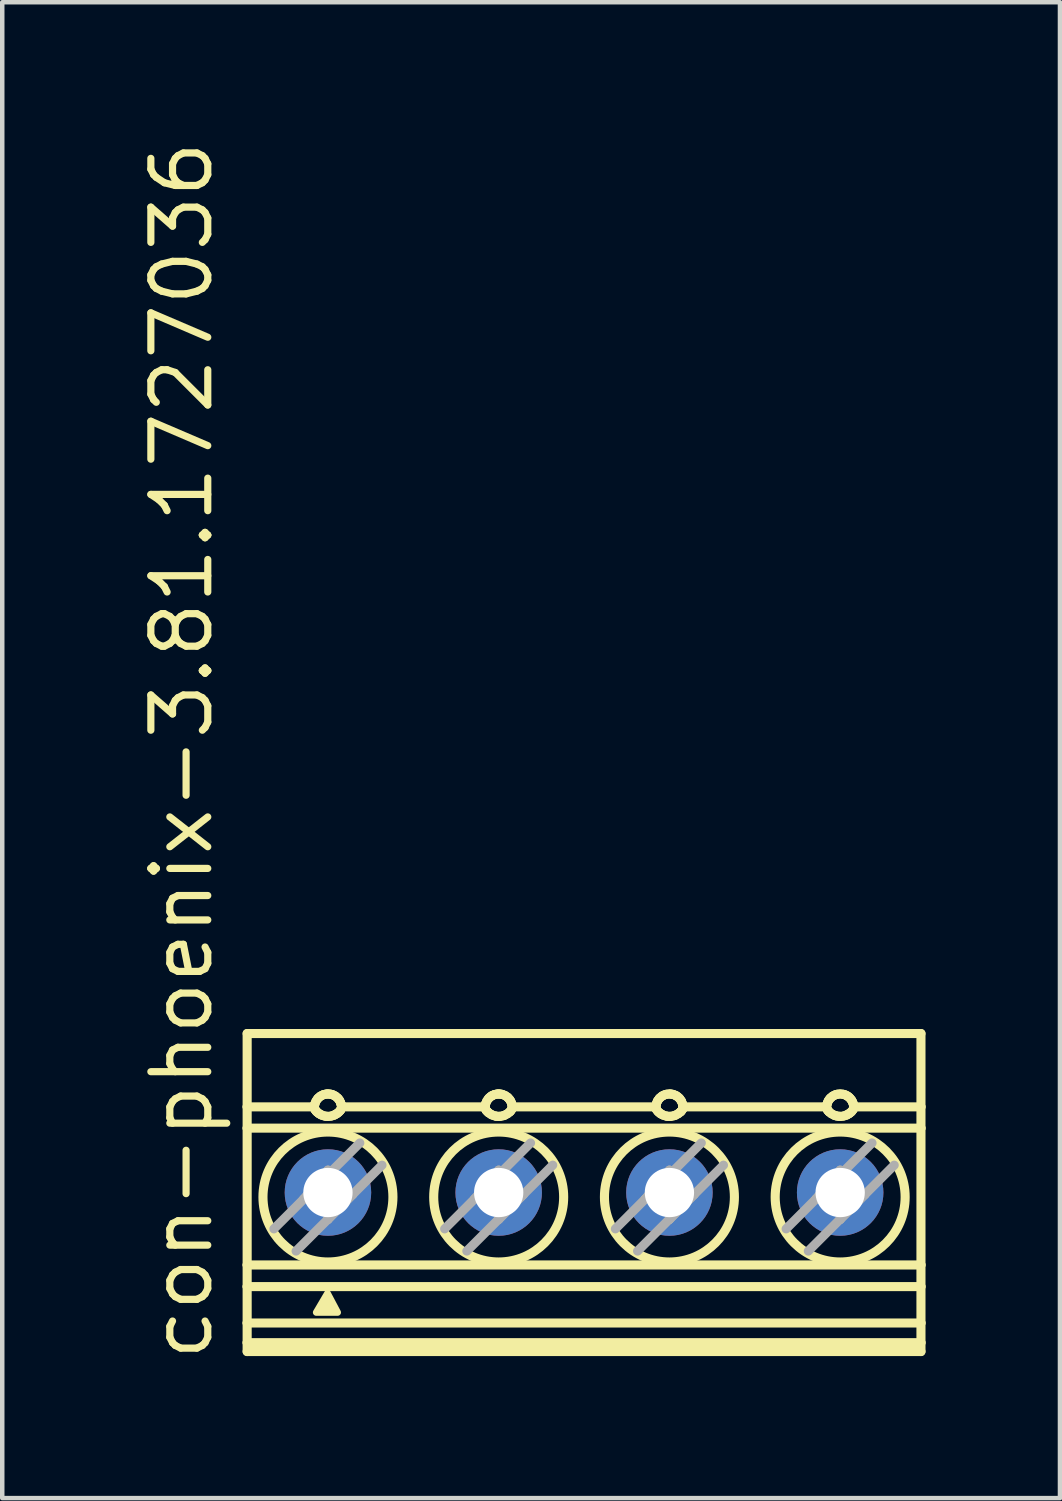
<source format=kicad_pcb>
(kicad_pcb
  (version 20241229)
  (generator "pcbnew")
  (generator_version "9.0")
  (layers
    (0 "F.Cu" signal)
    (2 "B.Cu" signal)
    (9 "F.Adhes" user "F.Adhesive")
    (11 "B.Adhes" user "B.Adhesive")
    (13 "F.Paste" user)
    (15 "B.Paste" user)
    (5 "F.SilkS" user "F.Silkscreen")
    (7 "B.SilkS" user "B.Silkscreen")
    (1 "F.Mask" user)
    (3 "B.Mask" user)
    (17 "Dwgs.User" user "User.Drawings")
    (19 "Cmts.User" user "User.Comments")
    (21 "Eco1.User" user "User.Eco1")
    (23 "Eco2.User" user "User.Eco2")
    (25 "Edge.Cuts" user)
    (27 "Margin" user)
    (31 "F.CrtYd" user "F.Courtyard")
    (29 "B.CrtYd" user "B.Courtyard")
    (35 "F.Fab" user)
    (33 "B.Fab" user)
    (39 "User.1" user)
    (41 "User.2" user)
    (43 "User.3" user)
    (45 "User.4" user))
  (footprint "con-phoenix-3.81.1727036"
    (layer "F.Cu")
    (at 9.983 23.561)
    (property "Reference" "con-phoenix-3.81.1727036" (at -8.233 3.819 90) (layer "F.SilkS") (effects (font (size 1.27 1.27) (thickness 0.16)) (justify left bottom)))
    (attr through_hole)
    (fp_line (start -7.518 -3.548) (end -7.518 -1.912) (stroke (width 0.203) (type default)) (layer "F.SilkS"))
    (fp_line (start -7.518 -3.548) (end 7.518 -3.548) (stroke (width 0.203) (type default)) (layer "F.SilkS"))
    (fp_line (start -7.518 -1.912) (end -7.518 -1.437) (stroke (width 0.203) (type default)) (layer "F.SilkS"))
    (fp_line (start -7.518 -1.912) (end -6.017 -1.912) (stroke (width 0.203) (type default)) (layer "F.SilkS"))
    (fp_line (start -7.518 -1.437) (end -7.518 1.616) (stroke (width 0.203) (type default)) (layer "F.SilkS"))
    (fp_line (start -7.518 1.616) (end -7.518 2.099) (stroke (width 0.203) (type default)) (layer "F.SilkS"))
    (fp_line (start -7.518 1.616) (end 7.518 1.616) (stroke (width 0.203) (type default)) (layer "F.SilkS"))
    (fp_line (start -7.518 2.099) (end -7.518 2.911) (stroke (width 0.203) (type default)) (layer "F.SilkS"))
    (fp_line (start -7.518 2.911) (end -7.518 3.35) (stroke (width 0.203) (type default)) (layer "F.SilkS"))
    (fp_line (start -7.518 2.911) (end 7.518 2.911) (stroke (width 0.203) (type default)) (layer "F.SilkS"))
    (fp_line (start -7.518 3.35) (end -7.518 3.548) (stroke (width 0.203) (type default)) (layer "F.SilkS"))
    (fp_line (start -7.518 3.35) (end 7.518 3.35) (stroke (width 0.203) (type default)) (layer "F.SilkS"))
    (fp_line (start -7.518 3.548) (end 7.518 3.548) (stroke (width 0.203) (type default)) (layer "F.SilkS"))
    (fp_line (start -6.01 -1.964) (end -6.004 -1.986) (stroke (width 0.203) (type default)) (layer "F.SilkS"))
    (fp_line (start -6.006 -1.857) (end -6.013 -1.872) (stroke (width 0.203) (type default)) (layer "F.SilkS"))
    (fp_line (start -5.999 -1.845) (end -6.006 -1.857) (stroke (width 0.203) (type default)) (layer "F.SilkS"))
    (fp_line (start -5.971 -1.81) (end -5.981 -1.821) (stroke (width 0.203) (type default)) (layer "F.SilkS"))
    (fp_line (start -5.958 -1.796) (end -5.971 -1.81) (stroke (width 0.203) (type default)) (layer "F.SilkS"))
    (fp_line (start -5.948 -2.09) (end -5.928 -2.112) (stroke (width 0.203) (type default)) (layer "F.SilkS"))
    (fp_line (start -5.91 -1.759) (end -5.929 -1.772) (stroke (width 0.203) (type default)) (layer "F.SilkS"))
    (fp_line (start -5.89 -2.144) (end -5.87 -2.157) (stroke (width 0.203) (type default)) (layer "F.SilkS"))
    (fp_line (start -5.853 -1.728) (end -5.875 -1.738) (stroke (width 0.203) (type default)) (layer "F.SilkS"))
    (fp_line (start -5.826 -2.179) (end -5.803 -2.187) (stroke (width 0.203) (type default)) (layer "F.SilkS"))
    (fp_line (start -5.751 -1.701) (end -5.786 -1.707) (stroke (width 0.203) (type default)) (layer "F.SilkS"))
    (fp_line (start -5.729 -2.2) (end -5.715 -2.2) (stroke (width 0.203) (type default)) (layer "F.SilkS"))
    (fp_line (start -5.715 -1.699) (end -5.751 -1.701) (stroke (width 0.203) (type default)) (layer "F.SilkS"))
    (fp_line (start -5.641 -2.191) (end -5.627 -2.187) (stroke (width 0.203) (type default)) (layer "F.SilkS"))
    (fp_line (start -5.561 -1.736) (end -5.577 -1.728) (stroke (width 0.203) (type default)) (layer "F.SilkS"))
    (fp_line (start -5.56 -2.157) (end -5.54 -2.144) (stroke (width 0.203) (type default)) (layer "F.SilkS"))
    (fp_line (start -5.502 -2.112) (end -5.491 -2.101) (stroke (width 0.203) (type default)) (layer "F.SilkS"))
    (fp_line (start -5.495 -1.777) (end -5.52 -1.759) (stroke (width 0.203) (type default)) (layer "F.SilkS"))
    (fp_line (start -5.472 -1.796) (end -5.495 -1.777) (stroke (width 0.203) (type default)) (layer "F.SilkS"))
    (fp_line (start -5.468 -2.072) (end -5.456 -2.054) (stroke (width 0.203) (type default)) (layer "F.SilkS"))
    (fp_line (start -5.439 -1.833) (end -5.449 -1.821) (stroke (width 0.203) (type default)) (layer "F.SilkS"))
    (fp_line (start -5.431 -1.845) (end -5.439 -1.833) (stroke (width 0.203) (type default)) (layer "F.SilkS"))
    (fp_line (start -5.426 -1.986) (end -5.422 -1.972) (stroke (width 0.203) (type default)) (layer "F.SilkS"))
    (fp_line (start -5.417 -1.872) (end -5.42 -1.865) (stroke (width 0.203) (type default)) (layer "F.SilkS"))
    (fp_line (start -5.413 -1.912) (end -2.207 -1.912) (stroke (width 0.203) (type default)) (layer "F.SilkS"))
    (fp_line (start -2.205 -1.88) (end -2.207 -1.895) (stroke (width 0.203) (type default)) (layer "F.SilkS"))
    (fp_line (start -2.198 -1.972) (end -2.194 -1.986) (stroke (width 0.203) (type default)) (layer "F.SilkS"))
    (fp_line (start -2.182 -1.834) (end -2.189 -1.845) (stroke (width 0.203) (type default)) (layer "F.SilkS"))
    (fp_line (start -2.171 -1.821) (end -2.182 -1.834) (stroke (width 0.203) (type default)) (layer "F.SilkS"))
    (fp_line (start -2.138 -2.09) (end -2.118 -2.112) (stroke (width 0.203) (type default)) (layer "F.SilkS"))
    (fp_line (start -2.126 -1.777) (end -2.148 -1.796) (stroke (width 0.203) (type default)) (layer "F.SilkS"))
    (fp_line (start -2.06 -2.157) (end -2.046 -2.165) (stroke (width 0.203) (type default)) (layer "F.SilkS"))
    (fp_line (start -2.043 -1.728) (end -2.073 -1.742) (stroke (width 0.203) (type default)) (layer "F.SilkS"))
    (fp_line (start -2.013 -2.18) (end -1.993 -2.187) (stroke (width 0.203) (type default)) (layer "F.SilkS"))
    (fp_line (start -1.955 -1.703) (end -1.976 -1.707) (stroke (width 0.203) (type default)) (layer "F.SilkS"))
    (fp_line (start -1.919 -2.2) (end -1.905 -2.2) (stroke (width 0.203) (type default)) (layer "F.SilkS"))
    (fp_line (start -1.869 -1.701) (end -1.905 -1.699) (stroke (width 0.203) (type default)) (layer "F.SilkS"))
    (fp_line (start -1.838 -2.192) (end -1.817 -2.187) (stroke (width 0.203) (type default)) (layer "F.SilkS"))
    (fp_line (start -1.767 -1.728) (end -1.8 -1.716) (stroke (width 0.203) (type default)) (layer "F.SilkS"))
    (fp_line (start -1.714 -2.132) (end -1.692 -2.112) (stroke (width 0.203) (type default)) (layer "F.SilkS"))
    (fp_line (start -1.66 -2.075) (end -1.646 -2.054) (stroke (width 0.203) (type default)) (layer "F.SilkS"))
    (fp_line (start -1.65 -1.808) (end -1.662 -1.796) (stroke (width 0.203) (type default)) (layer "F.SilkS"))
    (fp_line (start -1.639 -1.821) (end -1.65 -1.808) (stroke (width 0.203) (type default)) (layer "F.SilkS"))
    (fp_line (start -1.616 -1.986) (end -1.61 -1.964) (stroke (width 0.203) (type default)) (layer "F.SilkS"))
    (fp_line (start -1.611 -1.863) (end -1.621 -1.845) (stroke (width 0.203) (type default)) (layer "F.SilkS"))
    (fp_line (start -1.603 -1.912) (end 1.603 -1.912) (stroke (width 0.203) (type default)) (layer "F.SilkS"))
    (fp_line (start 1.612 -1.972) (end 1.616 -1.986) (stroke (width 0.203) (type default)) (layer "F.SilkS"))
    (fp_line (start 1.621 -1.845) (end 1.611 -1.863) (stroke (width 0.203) (type default)) (layer "F.SilkS"))
    (fp_line (start 1.634 -2.032) (end 1.646 -2.054) (stroke (width 0.203) (type default)) (layer "F.SilkS"))
    (fp_line (start 1.662 -1.796) (end 1.646 -1.812) (stroke (width 0.203) (type default)) (layer "F.SilkS"))
    (fp_line (start 1.675 -2.094) (end 1.692 -2.112) (stroke (width 0.203) (type default)) (layer "F.SilkS"))
    (fp_line (start 1.71 -1.759) (end 1.696 -1.768) (stroke (width 0.203) (type default)) (layer "F.SilkS"))
    (fp_line (start 1.73 -2.144) (end 1.75 -2.157) (stroke (width 0.203) (type default)) (layer "F.SilkS"))
    (fp_line (start 1.767 -1.728) (end 1.745 -1.738) (stroke (width 0.203) (type default)) (layer "F.SilkS"))
    (fp_line (start 1.817 -2.187) (end 1.846 -2.194) (stroke (width 0.203) (type default)) (layer "F.SilkS"))
    (fp_line (start 1.86 -1.702) (end 1.834 -1.707) (stroke (width 0.203) (type default)) (layer "F.SilkS"))
    (fp_line (start 1.941 -1.701) (end 1.905 -1.699) (stroke (width 0.203) (type default)) (layer "F.SilkS"))
    (fp_line (start 1.972 -2.192) (end 1.993 -2.187) (stroke (width 0.203) (type default)) (layer "F.SilkS"))
    (fp_line (start 2.038 -2.169) (end 2.06 -2.157) (stroke (width 0.203) (type default)) (layer "F.SilkS"))
    (fp_line (start 2.043 -1.728) (end 2.01 -1.716) (stroke (width 0.203) (type default)) (layer "F.SilkS"))
    (fp_line (start 2.118 -2.112) (end 2.135 -2.094) (stroke (width 0.203) (type default)) (layer "F.SilkS"))
    (fp_line (start 2.16 -1.808) (end 2.148 -1.796) (stroke (width 0.203) (type default)) (layer "F.SilkS"))
    (fp_line (start 2.164 -2.054) (end 2.176 -2.032) (stroke (width 0.203) (type default)) (layer "F.SilkS"))
    (fp_line (start 2.171 -1.821) (end 2.16 -1.808) (stroke (width 0.203) (type default)) (layer "F.SilkS"))
    (fp_line (start 2.194 -1.986) (end 2.2 -1.964) (stroke (width 0.203) (type default)) (layer "F.SilkS"))
    (fp_line (start 2.197 -1.859) (end 2.189 -1.845) (stroke (width 0.203) (type default)) (layer "F.SilkS"))
    (fp_line (start 2.203 -1.872) (end 2.197 -1.859) (stroke (width 0.203) (type default)) (layer "F.SilkS"))
    (fp_line (start 2.207 -1.912) (end 5.413 -1.912) (stroke (width 0.203) (type default)) (layer "F.SilkS"))
    (fp_line (start 5.414 -1.884) (end 5.413 -1.895) (stroke (width 0.203) (type default)) (layer "F.SilkS"))
    (fp_line (start 5.417 -1.872) (end 5.414 -1.884) (stroke (width 0.203) (type default)) (layer "F.SilkS"))
    (fp_line (start 5.422 -1.972) (end 5.426 -1.986) (stroke (width 0.203) (type default)) (layer "F.SilkS"))
    (fp_line (start 5.431 -1.845) (end 5.425 -1.856) (stroke (width 0.203) (type default)) (layer "F.SilkS"))
    (fp_line (start 5.456 -2.054) (end 5.468 -2.072) (stroke (width 0.203) (type default)) (layer "F.SilkS"))
    (fp_line (start 5.46 -1.808) (end 5.449 -1.821) (stroke (width 0.203) (type default)) (layer "F.SilkS"))
    (fp_line (start 5.472 -1.796) (end 5.46 -1.808) (stroke (width 0.203) (type default)) (layer "F.SilkS"))
    (fp_line (start 5.491 -2.101) (end 5.502 -2.112) (stroke (width 0.203) (type default)) (layer "F.SilkS"))
    (fp_line (start 5.54 -2.144) (end 5.56 -2.157) (stroke (width 0.203) (type default)) (layer "F.SilkS"))
    (fp_line (start 5.61 -1.716) (end 5.577 -1.728) (stroke (width 0.203) (type default)) (layer "F.SilkS"))
    (fp_line (start 5.627 -2.187) (end 5.656 -2.194) (stroke (width 0.203) (type default)) (layer "F.SilkS"))
    (fp_line (start 5.644 -1.707) (end 5.61 -1.716) (stroke (width 0.203) (type default)) (layer "F.SilkS"))
    (fp_line (start 5.715 -1.699) (end 5.694 -1.7) (stroke (width 0.203) (type default)) (layer "F.SilkS"))
    (fp_line (start 5.774 -2.194) (end 5.803 -2.187) (stroke (width 0.203) (type default)) (layer "F.SilkS"))
    (fp_line (start 5.87 -1.736) (end 5.853 -1.728) (stroke (width 0.203) (type default)) (layer "F.SilkS"))
    (fp_line (start 5.87 -2.157) (end 5.883 -2.149) (stroke (width 0.203) (type default)) (layer "F.SilkS"))
    (fp_line (start 5.912 -2.127) (end 5.928 -2.112) (stroke (width 0.203) (type default)) (layer "F.SilkS"))
    (fp_line (start 5.929 -1.772) (end 5.91 -1.759) (stroke (width 0.203) (type default)) (layer "F.SilkS"))
    (fp_line (start 5.974 -1.812) (end 5.958 -1.796) (stroke (width 0.203) (type default)) (layer "F.SilkS"))
    (fp_line (start 5.974 -2.054) (end 5.981 -2.041) (stroke (width 0.203) (type default)) (layer "F.SilkS"))
    (fp_line (start 5.997 -2.006) (end 6.004 -1.986) (stroke (width 0.203) (type default)) (layer "F.SilkS"))
    (fp_line (start 6.009 -1.863) (end 5.999 -1.845) (stroke (width 0.203) (type default)) (layer "F.SilkS"))
    (fp_line (start 6.017 -1.917) (end 6.017 -1.895) (stroke (width 0.203) (type default)) (layer "F.SilkS"))
    (fp_line (start 6.017 -1.912) (end 7.518 -1.912) (stroke (width 0.203) (type default)) (layer "F.SilkS"))
    (fp_line (start 7.518 -1.912) (end 7.518 -3.548) (stroke (width 0.203) (type default)) (layer "F.SilkS"))
    (fp_line (start 7.518 -1.912) (end 7.518 -1.437) (stroke (width 0.203) (type default)) (layer "F.SilkS"))
    (fp_line (start 7.518 -1.437) (end -7.518 -1.437) (stroke (width 0.203) (type default)) (layer "F.SilkS"))
    (fp_line (start 7.518 1.616) (end 7.518 -1.437) (stroke (width 0.203) (type default)) (layer "F.SilkS"))
    (fp_line (start 7.518 1.616) (end 7.518 2.099) (stroke (width 0.203) (type default)) (layer "F.SilkS"))
    (fp_line (start 7.518 2.099) (end -7.518 2.099) (stroke (width 0.203) (type default)) (layer "F.SilkS"))
    (fp_line (start 7.518 2.099) (end 7.518 2.911) (stroke (width 0.203) (type default)) (layer "F.SilkS"))
    (fp_line (start 7.518 2.911) (end 7.518 3.35) (stroke (width 0.203) (type default)) (layer "F.SilkS"))
    (fp_line (start 7.518 3.35) (end 7.518 3.548) (stroke (width 0.203) (type default)) (layer "F.SilkS"))
    (fp_arc (start -6.0174 -1.8953) (mid -6.017169 -1.910668) (end -6.0161 -1.926) (stroke (width 0.2032) (type default)) (layer "F.SilkS"))
    (fp_arc (start -6.0161 -1.926) (mid -6.013698 -1.945303) (end -6.01 -1.9644) (stroke (width 0.2032) (type default)) (layer "F.SilkS"))
    (fp_arc (start -6.0126 -1.8721) (mid -6.015767 -1.883535) (end -6.0173 -1.8953) (stroke (width 0.2032) (type default)) (layer "F.SilkS"))
    (fp_arc (start -6.0042 -1.9859) (mid -5.994104 -2.013964) (end -5.9813 -2.0409) (stroke (width 0.2032) (type default)) (layer "F.SilkS"))
    (fp_arc (start -5.9813 -2.0409) (mid -5.965918 -2.066418) (end -5.9481 -2.0903) (stroke (width 0.2032) (type default)) (layer "F.SilkS"))
    (fp_arc (start -5.981 -1.8208) (mid -5.990351 -1.83269) (end -5.999 -1.8451) (stroke (width 0.2032) (type default)) (layer "F.SilkS"))
    (fp_arc (start -5.9295 -1.7724) (mid -5.943837 -1.78391) (end -5.9576 -1.7961) (stroke (width 0.2032) (type default)) (layer "F.SilkS"))
    (fp_arc (start -5.9279 -2.1124) (mid -5.909742 -2.128964) (end -5.8903 -2.144) (stroke (width 0.2032) (type default)) (layer "F.SilkS"))
    (fp_arc (start -5.8748 -1.7382) (mid -5.892768 -1.748039) (end -5.9102 -1.7588) (stroke (width 0.2032) (type default)) (layer "F.SilkS"))
    (fp_arc (start -5.8697 -2.1574) (mid -5.848234 -2.169034) (end -5.8259 -2.1789) (stroke (width 0.2032) (type default)) (layer "F.SilkS"))
    (fp_arc (start -5.8029 -2.187) (mid -5.782952 -2.192307) (end -5.7627 -2.1963) (stroke (width 0.2032) (type default)) (layer "F.SilkS"))
    (fp_arc (start -5.786 -1.7067) (mid -5.819913 -1.715625) (end -5.8528 -1.7278) (stroke (width 0.2032) (type default)) (layer "F.SilkS"))
    (fp_arc (start -5.7627 -2.1962) (mid -5.745846 -2.198398) (end -5.7289 -2.1997) (stroke (width 0.2032) (type default)) (layer "F.SilkS"))
    (fp_arc (start -5.715 -2.2) (mid -5.694404 -2.199272) (end -5.6739 -2.1972) (stroke (width 0.2032) (type default)) (layer "F.SilkS"))
    (fp_arc (start -5.6739 -2.1972) (mid -5.657164 -2.19439) (end -5.6406 -2.1907) (stroke (width 0.2032) (type default)) (layer "F.SilkS"))
    (fp_arc (start -5.644 -1.7067) (mid -5.679307 -1.70115) (end -5.715 -1.6993) (stroke (width 0.2032) (type default)) (layer "F.SilkS"))
    (fp_arc (start -5.6271 -2.187) (mid -5.611589 -2.181841) (end -5.5964 -2.1758) (stroke (width 0.2032) (type default)) (layer "F.SilkS"))
    (fp_arc (start -5.5964 -2.1758) (mid -5.57803 -2.167281) (end -5.5603 -2.1575) (stroke (width 0.2032) (type default)) (layer "F.SilkS"))
    (fp_arc (start -5.5772 -1.7278) (mid -5.610079 -1.715599) (end -5.644 -1.7067) (stroke (width 0.2032) (type default)) (layer "F.SilkS"))
    (fp_arc (start -5.5397 -2.144) (mid -5.520258 -2.128964) (end -5.5021 -2.1124) (stroke (width 0.2032) (type default)) (layer "F.SilkS"))
    (fp_arc (start -5.5197 -1.7588) (mid -5.539752 -1.74654) (end -5.5605 -1.7355) (stroke (width 0.2032) (type default)) (layer "F.SilkS"))
    (fp_arc (start -5.4914 -2.1012) (mid -5.479226 -2.087031) (end -5.468 -2.0721) (stroke (width 0.2032) (type default)) (layer "F.SilkS"))
    (fp_arc (start -5.4562 -2.0541) (mid -5.446096 -2.035961) (end -5.4372 -2.0172) (stroke (width 0.2032) (type default)) (layer "F.SilkS"))
    (fp_arc (start -5.449 -1.8208) (mid -5.460305 -1.808076) (end -5.4724 -1.7961) (stroke (width 0.2032) (type default)) (layer "F.SilkS"))
    (fp_arc (start -5.4372 -2.0172) (mid -5.431047 -2.001698) (end -5.4257 -1.9859) (stroke (width 0.2032) (type default)) (layer "F.SilkS"))
    (fp_arc (start -5.4219 -1.9722) (mid -5.418022 -1.955103) (end -5.4152 -1.9378) (stroke (width 0.2032) (type default)) (layer "F.SilkS"))
    (fp_arc (start -5.4203 -1.865) (mid -5.425341 -1.854777) (end -5.4312 -1.845) (stroke (width 0.2032) (type default)) (layer "F.SilkS"))
    (fp_arc (start -5.4153 -1.9378) (mid -5.413169 -1.9166) (end -5.4126 -1.8953) (stroke (width 0.2032) (type default)) (layer "F.SilkS"))
    (fp_arc (start -5.4126 -1.8953) (mid -5.413925 -1.883492) (end -5.4173 -1.8721) (stroke (width 0.2032) (type default)) (layer "F.SilkS"))
    (fp_arc (start -2.2074 -1.8953) (mid -2.206767 -1.916596) (end -2.2047 -1.9378) (stroke (width 0.2032) (type default)) (layer "F.SilkS"))
    (fp_arc (start -2.2047 -1.9378) (mid -2.20182 -1.955091) (end -2.198 -1.9722) (stroke (width 0.2032) (type default)) (layer "F.SilkS"))
    (fp_arc (start -2.1942 -1.9859) (mid -2.184104 -2.013964) (end -2.1713 -2.0409) (stroke (width 0.2032) (type default)) (layer "F.SilkS"))
    (fp_arc (start -2.189 -1.8451) (mid -2.198261 -1.861888) (end -2.2051 -1.8798) (stroke (width 0.2032) (type default)) (layer "F.SilkS"))
    (fp_arc (start -2.1713 -2.0409) (mid -2.155918 -2.066418) (end -2.1381 -2.0903) (stroke (width 0.2032) (type default)) (layer "F.SilkS"))
    (fp_arc (start -2.1476 -1.7961) (mid -2.159684 -1.808086) (end -2.171 -1.8208) (stroke (width 0.2032) (type default)) (layer "F.SilkS"))
    (fp_arc (start -2.1179 -2.1124) (mid -2.102929 -2.126245) (end -2.0871 -2.1391) (stroke (width 0.2032) (type default)) (layer "F.SilkS"))
    (fp_arc (start -2.0871 -2.1391) (mid -2.073635 -2.14865) (end -2.0597 -2.1575) (stroke (width 0.2032) (type default)) (layer "F.SilkS"))
    (fp_arc (start -2.0732 -1.7425) (mid -2.100233 -1.758739) (end -2.1258 -1.7772) (stroke (width 0.2032) (type default)) (layer "F.SilkS"))
    (fp_arc (start -2.0464 -2.1649) (mid -2.029893 -2.173036) (end -2.0129 -2.1801) (stroke (width 0.2032) (type default)) (layer "F.SilkS"))
    (fp_arc (start -1.9929 -2.187) (mid -1.972952 -2.192307) (end -1.9527 -2.1963) (stroke (width 0.2032) (type default)) (layer "F.SilkS"))
    (fp_arc (start -1.976 -1.7067) (mid -2.009913 -1.715625) (end -2.0428 -1.7278) (stroke (width 0.2032) (type default)) (layer "F.SilkS"))
    (fp_arc (start -1.9527 -2.1962) (mid -1.935846 -2.198398) (end -1.9189 -2.1997) (stroke (width 0.2032) (type default)) (layer "F.SilkS"))
    (fp_arc (start -1.905 -2.2) (mid -1.89003 -2.199647) (end -1.8751 -2.1985) (stroke (width 0.2032) (type default)) (layer "F.SilkS"))
    (fp_arc (start -1.905 -1.6993) (mid -1.930064 -1.700281) (end -1.955 -1.703) (stroke (width 0.2032) (type default)) (layer "F.SilkS"))
    (fp_arc (start -1.8751 -2.1985) (mid -1.856402 -2.196107) (end -1.8379 -2.1925) (stroke (width 0.2032) (type default)) (layer "F.SilkS"))
    (fp_arc (start -1.8171 -2.187) (mid -1.789404 -2.177067) (end -1.7628 -2.1645) (stroke (width 0.2032) (type default)) (layer "F.SilkS"))
    (fp_arc (start -1.8 -1.7156) (mid -1.834182 -1.706595) (end -1.8691 -1.7011) (stroke (width 0.2032) (type default)) (layer "F.SilkS"))
    (fp_arc (start -1.7628 -2.1645) (mid -1.737614 -2.149483) (end -1.714 -2.1321) (stroke (width 0.2032) (type default)) (layer "F.SilkS"))
    (fp_arc (start -1.7091 -1.7592) (mid -1.737427 -1.742163) (end -1.7672 -1.7278) (stroke (width 0.2032) (type default)) (layer "F.SilkS"))
    (fp_arc (start -1.6921 -2.1124) (mid -1.675227 -2.094211) (end -1.6599 -2.0747) (stroke (width 0.2032) (type default)) (layer "F.SilkS"))
    (fp_arc (start -1.6624 -1.7961) (mid -1.68494 -1.776625) (end -1.7091 -1.7592) (stroke (width 0.2032) (type default)) (layer "F.SilkS"))
    (fp_arc (start -1.6462 -2.0541) (mid -1.637968 -2.039629) (end -1.6306 -2.0247) (stroke (width 0.2032) (type default)) (layer "F.SilkS"))
    (fp_arc (start -1.6306 -2.0247) (mid -1.622503 -2.005566) (end -1.6158 -1.9859) (stroke (width 0.2032) (type default)) (layer "F.SilkS"))
    (fp_arc (start -1.6211 -1.845) (mid -1.629595 -1.832563) (end -1.639 -1.8208) (stroke (width 0.2032) (type default)) (layer "F.SilkS"))
    (fp_arc (start -1.6101 -1.9644) (mid -1.606463 -1.945293) (end -1.604 -1.926) (stroke (width 0.2032) (type default)) (layer "F.SilkS"))
    (fp_arc (start -1.6039 -1.926) (mid -1.602888 -1.910665) (end -1.6026 -1.8953) (stroke (width 0.2032) (type default)) (layer "F.SilkS"))
    (fp_arc (start -1.6026 -1.8953) (mid -1.605079 -1.878568) (end -1.6112 -1.8628) (stroke (width 0.2032) (type default)) (layer "F.SilkS"))
    (fp_arc (start 1.6026 -1.8953) (mid 1.603233 -1.916596) (end 1.6053 -1.9378) (stroke (width 0.2032) (type default)) (layer "F.SilkS"))
    (fp_arc (start 1.6053 -1.9378) (mid 1.608181 -1.955091) (end 1.612 -1.9722) (stroke (width 0.2032) (type default)) (layer "F.SilkS"))
    (fp_arc (start 1.6112 -1.8629) (mid 1.605326 -1.878682) (end 1.6026 -1.8953) (stroke (width 0.2032) (type default)) (layer "F.SilkS"))
    (fp_arc (start 1.6158 -1.9859) (mid 1.624046 -2.009429) (end 1.6342 -2.0322) (stroke (width 0.2032) (type default)) (layer "F.SilkS"))
    (fp_arc (start 1.6462 -2.0541) (mid 1.65988 -2.074743) (end 1.6752 -2.0942) (stroke (width 0.2032) (type default)) (layer "F.SilkS"))
    (fp_arc (start 1.6462 -1.8125) (mid 1.632929 -1.828281) (end 1.621 -1.8451) (stroke (width 0.2032) (type default)) (layer "F.SilkS"))
    (fp_arc (start 1.6921 -2.1124) (mid 1.710258 -2.128964) (end 1.7297 -2.144) (stroke (width 0.2032) (type default)) (layer "F.SilkS"))
    (fp_arc (start 1.6963 -1.7681) (mid 1.678871 -1.78152) (end 1.6624 -1.7961) (stroke (width 0.2032) (type default)) (layer "F.SilkS"))
    (fp_arc (start 1.7452 -1.7382) (mid 1.727232 -1.748039) (end 1.7098 -1.7588) (stroke (width 0.2032) (type default)) (layer "F.SilkS"))
    (fp_arc (start 1.7503 -2.1574) (mid 1.764532 -2.165415) (end 1.7792 -2.1726) (stroke (width 0.2032) (type default)) (layer "F.SilkS"))
    (fp_arc (start 1.7792 -2.1726) (mid 1.7979 -2.180413) (end 1.8171 -2.1869) (stroke (width 0.2032) (type default)) (layer "F.SilkS"))
    (fp_arc (start 1.834 -1.7067) (mid 1.800087 -1.715625) (end 1.7672 -1.7278) (stroke (width 0.2032) (type default)) (layer "F.SilkS"))
    (fp_arc (start 1.846 -2.1942) (mid 1.875358 -2.198547) (end 1.905 -2.2) (stroke (width 0.2032) (type default)) (layer "F.SilkS"))
    (fp_arc (start 1.905 -2.2) (mid 1.91997 -2.199647) (end 1.9349 -2.1985) (stroke (width 0.2032) (type default)) (layer "F.SilkS"))
    (fp_arc (start 1.905 -1.6993) (mid 1.882398 -1.700018) (end 1.8599 -1.7023) (stroke (width 0.2032) (type default)) (layer "F.SilkS"))
    (fp_arc (start 1.9349 -2.1985) (mid 1.9536 -2.196057) (end 1.9721 -2.1924) (stroke (width 0.2032) (type default)) (layer "F.SilkS"))
    (fp_arc (start 1.9929 -2.187) (mid 2.015961 -2.178965) (end 2.0383 -2.1691) (stroke (width 0.2032) (type default)) (layer "F.SilkS"))
    (fp_arc (start 2.01 -1.7156) (mid 1.975818 -1.706595) (end 1.9409 -1.7011) (stroke (width 0.2032) (type default)) (layer "F.SilkS"))
    (fp_arc (start 2.0597 -2.1574) (mid 2.073617 -2.148596) (end 2.087 -2.139) (stroke (width 0.2032) (type default)) (layer "F.SilkS"))
    (fp_arc (start 2.0871 -2.1391) (mid 2.10297 -2.126292) (end 2.1179 -2.1124) (stroke (width 0.2032) (type default)) (layer "F.SilkS"))
    (fp_arc (start 2.1009 -1.7592) (mid 2.072573 -1.742162) (end 2.0428 -1.7278) (stroke (width 0.2032) (type default)) (layer "F.SilkS"))
    (fp_arc (start 2.1348 -2.0942) (mid 2.150121 -2.074744) (end 2.1638 -2.0541) (stroke (width 0.2032) (type default)) (layer "F.SilkS"))
    (fp_arc (start 2.1476 -1.7961) (mid 2.12506 -1.776625) (end 2.1009 -1.7592) (stroke (width 0.2032) (type default)) (layer "F.SilkS"))
    (fp_arc (start 2.1758 -2.0322) (mid 2.185955 -2.00943) (end 2.1942 -1.9859) (stroke (width 0.2032) (type default)) (layer "F.SilkS"))
    (fp_arc (start 2.1889 -1.845) (mid 2.180315 -1.83263) (end 2.171 -1.8208) (stroke (width 0.2032) (type default)) (layer "F.SilkS"))
    (fp_arc (start 2.1999 -1.9644) (mid 2.203538 -1.945293) (end 2.206 -1.926) (stroke (width 0.2032) (type default)) (layer "F.SilkS"))
    (fp_arc (start 2.2061 -1.926) (mid 2.207112 -1.910665) (end 2.2074 -1.8953) (stroke (width 0.2032) (type default)) (layer "F.SilkS"))
    (fp_arc (start 2.2074 -1.8953) (mid 2.206075 -1.883492) (end 2.2027 -1.8721) (stroke (width 0.2032) (type default)) (layer "F.SilkS"))
    (fp_arc (start 5.4126 -1.8953) (mid 5.413233 -1.916596) (end 5.4153 -1.9378) (stroke (width 0.2032) (type default)) (layer "F.SilkS"))
    (fp_arc (start 5.4153 -1.9378) (mid 5.418181 -1.955091) (end 5.422 -1.9722) (stroke (width 0.2032) (type default)) (layer "F.SilkS"))
    (fp_arc (start 5.4247 -1.856) (mid 5.420804 -1.863939) (end 5.4174 -1.8721) (stroke (width 0.2032) (type default)) (layer "F.SilkS"))
    (fp_arc (start 5.4258 -1.9859) (mid 5.432564 -2.005543) (end 5.4406 -2.0247) (stroke (width 0.2032) (type default)) (layer "F.SilkS"))
    (fp_arc (start 5.4406 -2.0247) (mid 5.448022 -2.039601) (end 5.4562 -2.0541) (stroke (width 0.2032) (type default)) (layer "F.SilkS"))
    (fp_arc (start 5.449 -1.8208) (mid 5.43961 -1.832661) (end 5.431 -1.8451) (stroke (width 0.2032) (type default)) (layer "F.SilkS"))
    (fp_arc (start 5.468 -2.0721) (mid 5.479275 -2.086992) (end 5.4914 -2.1012) (stroke (width 0.2032) (type default)) (layer "F.SilkS"))
    (fp_arc (start 5.5021 -2.1124) (mid 5.520258 -2.128964) (end 5.5397 -2.144) (stroke (width 0.2032) (type default)) (layer "F.SilkS"))
    (fp_arc (start 5.5191 -1.7592) (mid 5.494989 -1.776687) (end 5.4724 -1.7961) (stroke (width 0.2032) (type default)) (layer "F.SilkS"))
    (fp_arc (start 5.5603 -2.1574) (mid 5.578057 -2.167127) (end 5.5964 -2.1757) (stroke (width 0.2032) (type default)) (layer "F.SilkS"))
    (fp_arc (start 5.5772 -1.7278) (mid 5.547458 -1.74222) (end 5.5191 -1.7592) (stroke (width 0.2032) (type default)) (layer "F.SilkS"))
    (fp_arc (start 5.5964 -2.1758) (mid 5.611609 -2.181788) (end 5.6271 -2.187) (stroke (width 0.2032) (type default)) (layer "F.SilkS"))
    (fp_arc (start 5.656 -2.1942) (mid 5.685358 -2.198547) (end 5.715 -2.2) (stroke (width 0.2032) (type default)) (layer "F.SilkS"))
    (fp_arc (start 5.6937 -1.7) (mid 5.668723 -1.702405) (end 5.644 -1.7067) (stroke (width 0.2032) (type default)) (layer "F.SilkS"))
    (fp_arc (start 5.715 -2.2) (mid 5.744642 -2.198547) (end 5.774 -2.1942) (stroke (width 0.2032) (type default)) (layer "F.SilkS"))
    (fp_arc (start 5.786 -1.7067) (mid 5.750693 -1.70115) (end 5.715 -1.6993) (stroke (width 0.2032) (type default)) (layer "F.SilkS"))
    (fp_arc (start 5.8029 -2.187) (mid 5.818411 -2.181841) (end 5.8336 -2.1758) (stroke (width 0.2032) (type default)) (layer "F.SilkS"))
    (fp_arc (start 5.8336 -2.1758) (mid 5.85197 -2.167281) (end 5.8697 -2.1575) (stroke (width 0.2032) (type default)) (layer "F.SilkS"))
    (fp_arc (start 5.8528 -1.7278) (mid 5.819922 -1.715598) (end 5.786 -1.7067) (stroke (width 0.2032) (type default)) (layer "F.SilkS"))
    (fp_arc (start 5.8828 -2.1492) (mid 5.897858 -2.138522) (end 5.9122 -2.1269) (stroke (width 0.2032) (type default)) (layer "F.SilkS"))
    (fp_arc (start 5.9103 -1.7588) (mid 5.890248 -1.74654) (end 5.8695 -1.7355) (stroke (width 0.2032) (type default)) (layer "F.SilkS"))
    (fp_arc (start 5.9279 -2.1124) (mid 5.942002 -2.097392) (end 5.9551 -2.0815) (stroke (width 0.2032) (type default)) (layer "F.SilkS"))
    (fp_arc (start 5.9551 -2.0815) (mid 5.964801 -2.06804) (end 5.9738 -2.0541) (stroke (width 0.2032) (type default)) (layer "F.SilkS"))
    (fp_arc (start 5.9576 -1.7961) (mid 5.943902 -1.783833) (end 5.9295 -1.7724) (stroke (width 0.2032) (type default)) (layer "F.SilkS"))
    (fp_arc (start 5.9815 -2.0406) (mid 5.989911 -2.023758) (end 5.9972 -2.0064) (stroke (width 0.2032) (type default)) (layer "F.SilkS"))
    (fp_arc (start 5.9989 -1.845) (mid 5.987026 -1.828187) (end 5.9737 -1.8125) (stroke (width 0.2032) (type default)) (layer "F.SilkS"))
    (fp_arc (start 6.0042 -1.9859) (mid 6.008357 -1.971102) (end 6.0117 -1.9561) (stroke (width 0.2032) (type default)) (layer "F.SilkS"))
    (fp_arc (start 6.0117 -1.9561) (mid 6.014852 -1.936884) (end 6.0167 -1.9175) (stroke (width 0.2032) (type default)) (layer "F.SilkS"))
    (fp_arc (start 6.0174 -1.8953) (mid 6.014921 -1.878568) (end 6.0088 -1.8628) (stroke (width 0.2032) (type default)) (layer "F.SilkS"))
    (fp_circle (center -5.715 0.1) (end -4.265 0.1) (stroke (width 0.203) (type default)) (fill no) (layer "F.SilkS"))
    (fp_circle (center -1.905 0.1) (end -0.455 0.1) (stroke (width 0.203) (type default)) (fill no) (layer "F.SilkS"))
    (fp_circle (center 1.905 0.1) (end 3.355 0.1) (stroke (width 0.203) (type default)) (fill no) (layer "F.SilkS"))
    (fp_circle (center 5.715 0.1) (end 7.165 0.1) (stroke (width 0.203) (type default)) (fill no) (layer "F.SilkS"))
    (fp_poly (pts (xy -5.725 2.25) (xy -5.975 2.675) (xy -5.5 2.675)) (stroke (width 0.152) (type default)) (fill yes) (layer "F.SilkS"))
    (fp_line (start -6.921 0.811) (end -6.256 0.146) (stroke (width 0.203) (type default)) (layer "F.Fab"))
    (fp_line (start -6.256 0.146) (end -5.715 -0.395) (stroke (width 0.203) (type default)) (layer "F.Fab"))
    (fp_line (start -5.72 0.6) (end -6.426 1.306) (stroke (width 0.203) (type default)) (layer "F.Fab"))
    (fp_line (start -5.715 -0.5) (end -6.256 0.146) (stroke (width 0.203) (type default)) (layer "F.Fab"))
    (fp_line (start -5.715 -0.395) (end -5.715 -0.5) (stroke (width 0.203) (type default)) (layer "F.Fab"))
    (fp_line (start -5.715 -0.395) (end -5.619 -0.491) (stroke (width 0.203) (type default)) (layer "F.Fab"))
    (fp_line (start -5.715 0.595) (end -5.72 0.6) (stroke (width 0.203) (type default)) (layer "F.Fab"))
    (fp_line (start -5.715 0.6) (end -5.715 0.595) (stroke (width 0.203) (type default)) (layer "F.Fab"))
    (fp_line (start -5.715 0.6) (end -5.165 0.045) (stroke (width 0.203) (type default)) (layer "F.Fab"))
    (fp_line (start -5.619 -0.491) (end -5.004 -1.106) (stroke (width 0.203) (type default)) (layer "F.Fab"))
    (fp_line (start -5.165 0.045) (end -5.715 0.595) (stroke (width 0.203) (type default)) (layer "F.Fab"))
    (fp_line (start -4.509 -0.611) (end -5.165 0.045) (stroke (width 0.203) (type default)) (layer "F.Fab"))
    (fp_line (start -3.111 0.811) (end -2.446 0.146) (stroke (width 0.203) (type default)) (layer "F.Fab"))
    (fp_line (start -2.446 0.146) (end -1.905 -0.395) (stroke (width 0.203) (type default)) (layer "F.Fab"))
    (fp_line (start -1.91 0.6) (end -2.616 1.306) (stroke (width 0.203) (type default)) (layer "F.Fab"))
    (fp_line (start -1.905 -0.5) (end -2.446 0.146) (stroke (width 0.203) (type default)) (layer "F.Fab"))
    (fp_line (start -1.905 -0.5) (end -1.905 -0.395) (stroke (width 0.203) (type default)) (layer "F.Fab"))
    (fp_line (start -1.905 -0.395) (end -1.808 -0.491) (stroke (width 0.203) (type default)) (layer "F.Fab"))
    (fp_line (start -1.905 0.595) (end -1.91 0.6) (stroke (width 0.203) (type default)) (layer "F.Fab"))
    (fp_line (start -1.905 0.595) (end -1.905 0.6) (stroke (width 0.203) (type default)) (layer "F.Fab"))
    (fp_line (start -1.905 0.6) (end -1.355 0.045) (stroke (width 0.203) (type default)) (layer "F.Fab"))
    (fp_line (start -1.808 -0.491) (end -1.194 -1.106) (stroke (width 0.203) (type default)) (layer "F.Fab"))
    (fp_line (start -1.355 0.045) (end -1.905 0.595) (stroke (width 0.203) (type default)) (layer "F.Fab"))
    (fp_line (start -0.699 -0.611) (end -1.355 0.045) (stroke (width 0.203) (type default)) (layer "F.Fab"))
    (fp_line (start 0.699 0.811) (end 1.363 0.146) (stroke (width 0.203) (type default)) (layer "F.Fab"))
    (fp_line (start 1.363 0.146) (end 1.905 -0.395) (stroke (width 0.203) (type default)) (layer "F.Fab"))
    (fp_line (start 1.9 0.6) (end 1.194 1.306) (stroke (width 0.203) (type default)) (layer "F.Fab"))
    (fp_line (start 1.905 -0.5) (end 1.363 0.146) (stroke (width 0.203) (type default)) (layer "F.Fab"))
    (fp_line (start 1.905 -0.5) (end 1.905 -0.395) (stroke (width 0.203) (type default)) (layer "F.Fab"))
    (fp_line (start 1.905 -0.395) (end 2.002 -0.491) (stroke (width 0.203) (type default)) (layer "F.Fab"))
    (fp_line (start 1.905 0.595) (end 1.9 0.6) (stroke (width 0.203) (type default)) (layer "F.Fab"))
    (fp_line (start 1.905 0.595) (end 1.905 0.6) (stroke (width 0.203) (type default)) (layer "F.Fab"))
    (fp_line (start 1.905 0.6) (end 2.455 0.045) (stroke (width 0.203) (type default)) (layer "F.Fab"))
    (fp_line (start 2.002 -0.491) (end 2.616 -1.106) (stroke (width 0.203) (type default)) (layer "F.Fab"))
    (fp_line (start 2.455 0.045) (end 1.905 0.595) (stroke (width 0.203) (type default)) (layer "F.Fab"))
    (fp_line (start 3.111 -0.611) (end 2.455 0.045) (stroke (width 0.203) (type default)) (layer "F.Fab"))
    (fp_line (start 4.509 0.811) (end 5.173 0.146) (stroke (width 0.203) (type default)) (layer "F.Fab"))
    (fp_line (start 5.173 0.146) (end 5.715 -0.395) (stroke (width 0.203) (type default)) (layer "F.Fab"))
    (fp_line (start 5.71 0.6) (end 5.004 1.306) (stroke (width 0.203) (type default)) (layer "F.Fab"))
    (fp_line (start 5.715 -0.5) (end 5.173 0.146) (stroke (width 0.203) (type default)) (layer "F.Fab"))
    (fp_line (start 5.715 -0.5) (end 5.715 -0.395) (stroke (width 0.203) (type default)) (layer "F.Fab"))
    (fp_line (start 5.715 -0.395) (end 5.811 -0.491) (stroke (width 0.203) (type default)) (layer "F.Fab"))
    (fp_line (start 5.715 0.595) (end 5.71 0.6) (stroke (width 0.203) (type default)) (layer "F.Fab"))
    (fp_line (start 5.715 0.6) (end 5.715 0.595) (stroke (width 0.203) (type default)) (layer "F.Fab"))
    (fp_line (start 5.715 0.6) (end 6.265 0.045) (stroke (width 0.203) (type default)) (layer "F.Fab"))
    (fp_line (start 5.811 -0.491) (end 6.426 -1.106) (stroke (width 0.203) (type default)) (layer "F.Fab"))
    (fp_line (start 6.265 0.045) (end 5.715 0.595) (stroke (width 0.203) (type default)) (layer "F.Fab"))
    (fp_line (start 6.921 -0.611) (end 6.265 0.045) (stroke (width 0.203) (type default)) (layer "F.Fab"))
    (pad "1" thru_hole circle (at -5.715 0 90) (size 1.93 1.93) (drill 1.1) (layers "*.Cu" "*.Mask"))
    (pad "2" thru_hole circle (at -1.905 0 90) (size 1.93 1.93) (drill 1.1) (layers "*.Cu" "*.Mask"))
    (pad "3" thru_hole circle (at 1.905 0 90) (size 1.93 1.93) (drill 1.1) (layers "*.Cu" "*.Mask"))
    (pad "4" thru_hole circle (at 5.715 0 90) (size 1.93 1.93) (drill 1.1) (layers "*.Cu" "*.Mask")))
  (gr_rect
    (start -3 -3)
    (end 20.603 30.38)
    (stroke (width 0.1) (type default))
    (fill no)
    (layer "Edge.Cuts")))
</source>
